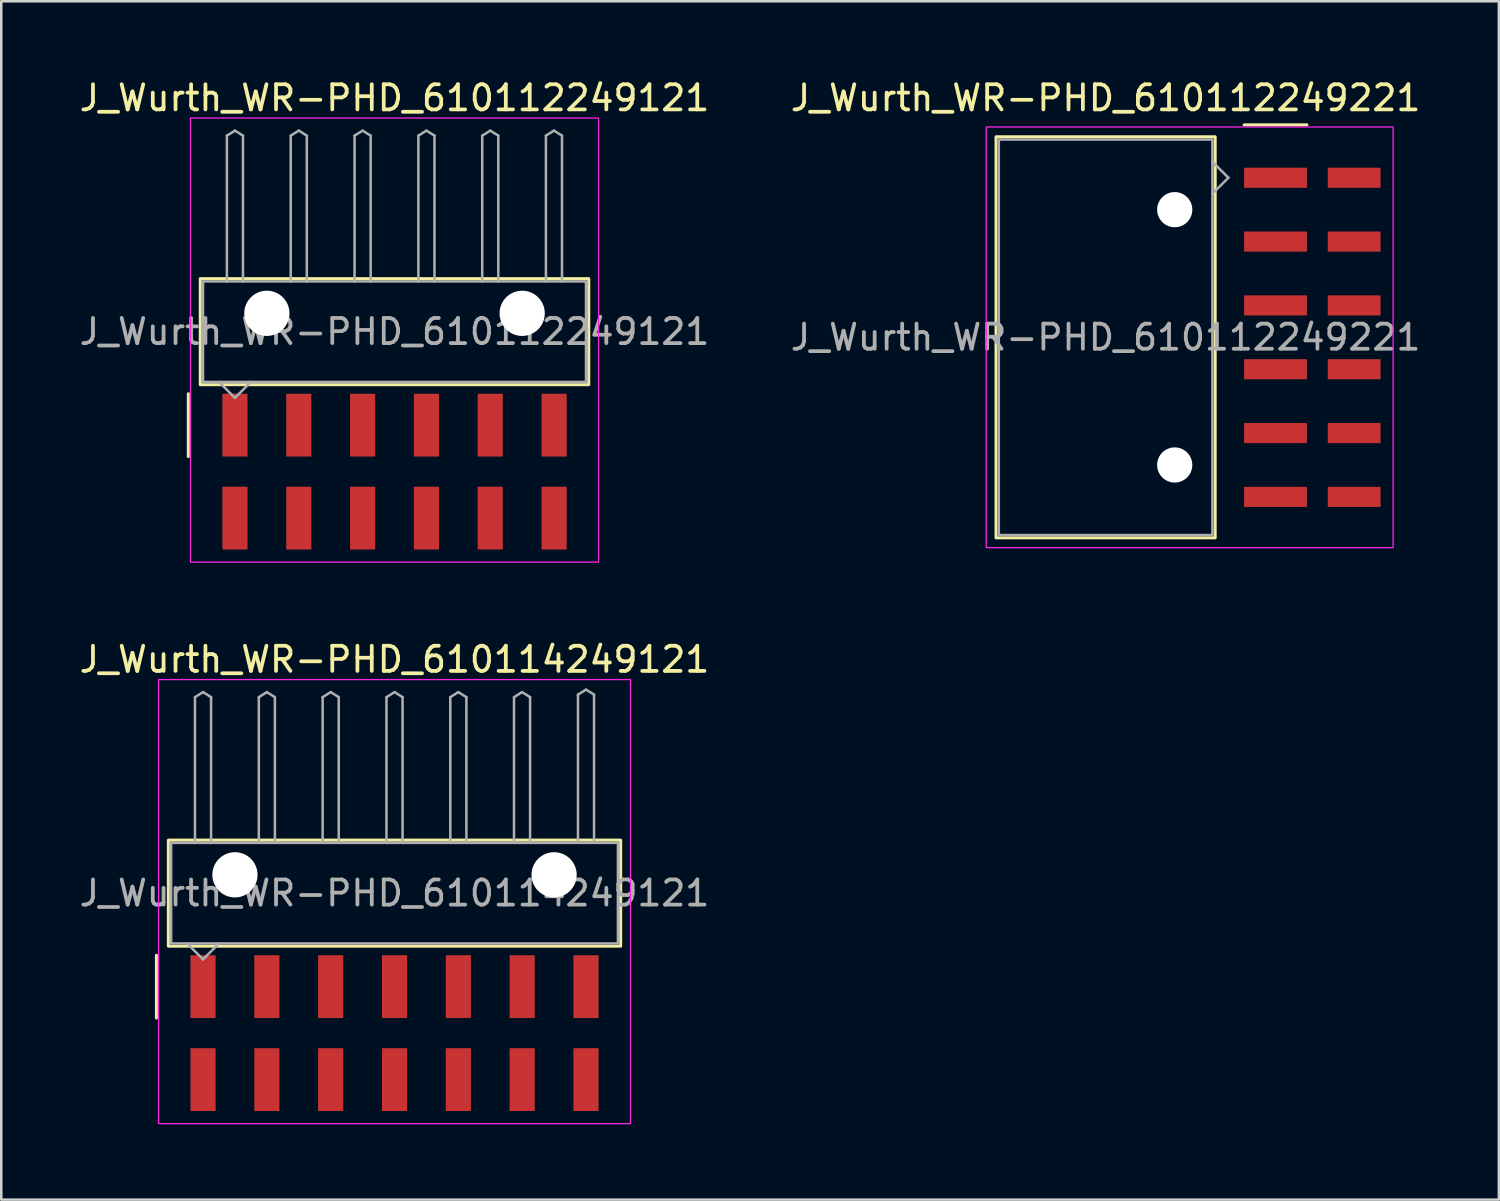
<source format=kicad_pcb>
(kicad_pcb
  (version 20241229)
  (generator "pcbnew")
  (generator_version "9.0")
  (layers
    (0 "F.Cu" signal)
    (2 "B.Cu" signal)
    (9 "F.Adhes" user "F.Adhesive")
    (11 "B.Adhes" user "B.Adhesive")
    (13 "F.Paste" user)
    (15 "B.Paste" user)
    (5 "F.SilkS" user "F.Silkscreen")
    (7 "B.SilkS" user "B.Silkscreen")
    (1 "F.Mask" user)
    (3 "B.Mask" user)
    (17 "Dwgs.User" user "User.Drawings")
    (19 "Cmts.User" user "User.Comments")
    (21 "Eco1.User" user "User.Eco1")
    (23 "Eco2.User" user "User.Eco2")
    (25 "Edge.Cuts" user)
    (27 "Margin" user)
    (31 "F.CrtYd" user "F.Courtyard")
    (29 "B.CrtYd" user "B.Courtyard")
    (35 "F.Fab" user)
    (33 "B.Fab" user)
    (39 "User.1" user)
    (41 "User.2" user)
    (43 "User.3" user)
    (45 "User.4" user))
  (footprint "J_Wurth_WR-PHD_610114249121"
    (layer "F.Cu")
    (at 12.649 32.492)
    (property "Reference" "J_Wurth_WR-PHD_610114249121" (at 0 -9.3 0) (unlocked yes) (layer "F.SilkS") (effects (font (size 1 1) (thickness 0.15))))
    (attr smd)
    (fp_line (start -9.475 2.47) (end -9.475 4.97) (stroke (width 0.12) (type solid)) (layer "F.SilkS"))
    (fp_rect (start -9 -2.11) (end 9 2.11) (stroke (width 0.12) (type solid)) (fill no) (layer "F.SilkS"))
    (fp_rect (start -9.39 -8.5) (end 9.39 9.17) (stroke (width 0.05) (type solid)) (fill no) (layer "F.CrtYd"))
    (fp_line (start -7.94 -7.8) (end -7.94 -2) (stroke (width 0.1) (type solid)) (layer "F.Fab"))
    (fp_line (start -7.62 -8) (end -7.94 -7.8) (stroke (width 0.1) (type solid)) (layer "F.Fab"))
    (fp_line (start -7.62 2.635) (end -8.255 2) (stroke (width 0.1) (type default)) (layer "F.Fab"))
    (fp_line (start -7.3 -7.8) (end -7.62 -8) (stroke (width 0.1) (type solid)) (layer "F.Fab"))
    (fp_line (start -7.3 -2) (end -7.3 -7.8) (stroke (width 0.1) (type solid)) (layer "F.Fab"))
    (fp_line (start -6.985 2) (end -7.62 2.635) (stroke (width 0.1) (type default)) (layer "F.Fab"))
    (fp_line (start -5.4 -7.8) (end -5.4 -2) (stroke (width 0.1) (type solid)) (layer "F.Fab"))
    (fp_line (start -5.08 -8) (end -5.4 -7.8) (stroke (width 0.1) (type solid)) (layer "F.Fab"))
    (fp_line (start -4.76 -7.8) (end -5.08 -8) (stroke (width 0.1) (type solid)) (layer "F.Fab"))
    (fp_line (start -4.76 -2) (end -4.76 -7.8) (stroke (width 0.1) (type solid)) (layer "F.Fab"))
    (fp_line (start -2.86 -7.8) (end -2.86 -2) (stroke (width 0.1) (type solid)) (layer "F.Fab"))
    (fp_line (start -2.54 -8) (end -2.86 -7.8) (stroke (width 0.1) (type solid)) (layer "F.Fab"))
    (fp_line (start -2.22 -7.8) (end -2.54 -8) (stroke (width 0.1) (type solid)) (layer "F.Fab"))
    (fp_line (start -2.22 -2) (end -2.22 -7.8) (stroke (width 0.1) (type solid)) (layer "F.Fab"))
    (fp_line (start -0.32 -7.8) (end -0.32 -2) (stroke (width 0.1) (type solid)) (layer "F.Fab"))
    (fp_line (start 0 -8) (end -0.32 -7.8) (stroke (width 0.1) (type solid)) (layer "F.Fab"))
    (fp_line (start 0.32 -7.8) (end 0 -8) (stroke (width 0.1) (type solid)) (layer "F.Fab"))
    (fp_line (start 0.32 -2) (end 0.32 -7.8) (stroke (width 0.1) (type solid)) (layer "F.Fab"))
    (fp_line (start 2.22 -7.8) (end 2.22 -2) (stroke (width 0.1) (type solid)) (layer "F.Fab"))
    (fp_line (start 2.54 -8) (end 2.22 -7.8) (stroke (width 0.1) (type solid)) (layer "F.Fab"))
    (fp_line (start 2.86 -7.8) (end 2.54 -8) (stroke (width 0.1) (type solid)) (layer "F.Fab"))
    (fp_line (start 2.86 -2) (end 2.86 -7.8) (stroke (width 0.1) (type solid)) (layer "F.Fab"))
    (fp_line (start 4.755 -7.8) (end 4.755 -2) (stroke (width 0.1) (type solid)) (layer "F.Fab"))
    (fp_line (start 5.075 -8) (end 4.755 -7.8) (stroke (width 0.1) (type solid)) (layer "F.Fab"))
    (fp_line (start 5.395 -7.8) (end 5.075 -8) (stroke (width 0.1) (type solid)) (layer "F.Fab"))
    (fp_line (start 5.395 -2) (end 5.395 -7.8) (stroke (width 0.1) (type solid)) (layer "F.Fab"))
    (fp_line (start 7.3 -7.9) (end 7.3 -2.1) (stroke (width 0.1) (type solid)) (layer "F.Fab"))
    (fp_line (start 7.62 -8.1) (end 7.3 -7.9) (stroke (width 0.1) (type solid)) (layer "F.Fab"))
    (fp_line (start 7.94 -7.9) (end 7.62 -8.1) (stroke (width 0.1) (type solid)) (layer "F.Fab"))
    (fp_line (start 7.94 -2.1) (end 7.94 -7.9) (stroke (width 0.1) (type solid)) (layer "F.Fab"))
    (fp_rect (start -8.89 -2) (end 8.89 2) (stroke (width 0.1) (type solid)) (fill no) (layer "F.Fab"))
    (fp_text user "${REFERENCE}" (at 0 0 0) (unlocked yes) (layer "F.Fab") (effects (font (size 1 1) (thickness 0.15))))
    (pad "" np_thru_hole circle (at -6.35 -0.73) (size 1.8 1.8) (drill 1.8) (layers "*.Cu" "*.Mask"))
    (pad "" np_thru_hole circle (at 6.35 -0.73) (size 1.8 1.8) (drill 1.8) (layers "*.Cu" "*.Mask"))
    (pad "1" smd rect (at -7.62 3.72 180) (size 1 2.5) (layers "F.Cu" "F.Mask" "F.Paste"))
    (pad "2" smd rect (at -7.62 7.42 180) (size 1 2.5) (layers "F.Cu" "F.Mask" "F.Paste"))
    (pad "3" smd rect (at -5.08 3.72 180) (size 1 2.5) (layers "F.Cu" "F.Mask" "F.Paste"))
    (pad "4" smd rect (at -5.08 7.42 180) (size 1 2.5) (layers "F.Cu" "F.Mask" "F.Paste"))
    (pad "5" smd rect (at -2.54 3.72 180) (size 1 2.5) (layers "F.Cu" "F.Mask" "F.Paste"))
    (pad "6" smd rect (at -2.54 7.42 180) (size 1 2.5) (layers "F.Cu" "F.Mask" "F.Paste"))
    (pad "7" smd rect (at 0 3.72 180) (size 1 2.5) (layers "F.Cu" "F.Mask" "F.Paste"))
    (pad "8" smd rect (at 0 7.42 180) (size 1 2.5) (layers "F.Cu" "F.Mask" "F.Paste"))
    (pad "9" smd rect (at 2.54 3.72 180) (size 1 2.5) (layers "F.Cu" "F.Mask" "F.Paste"))
    (pad "10" smd rect (at 2.54 7.42 180) (size 1 2.5) (layers "F.Cu" "F.Mask" "F.Paste"))
    (pad "11" smd rect (at 5.08 3.72 180) (size 1 2.5) (layers "F.Cu" "F.Mask" "F.Paste"))
    (pad "12" smd rect (at 5.08 7.42 180) (size 1 2.5) (layers "F.Cu" "F.Mask" "F.Paste"))
    (pad "13" smd rect (at 7.62 3.72 180) (size 1 2.5) (layers "F.Cu" "F.Mask" "F.Paste"))
    (pad "14" smd rect (at 7.62 7.42 180) (size 1 2.5) (layers "F.Cu" "F.Mask" "F.Paste")))
  (footprint "J_Wurth_WR-PHD_610112249121"
    (layer "F.Cu")
    (at 12.649 10.148)
    (property "Reference" "J_Wurth_WR-PHD_610112249121" (at 0 -9.3 0) (unlocked yes) (layer "F.SilkS") (effects (font (size 1 1) (thickness 0.15))))
    (attr smd)
    (fp_line (start -8.205 2.47) (end -8.205 4.97) (stroke (width 0.12) (type solid)) (layer "F.SilkS"))
    (fp_rect (start -7.73 -2.11) (end 7.73 2.11) (stroke (width 0.12) (type solid)) (fill no) (layer "F.SilkS"))
    (fp_rect (start -8.12 -8.5) (end 8.12 9.17) (stroke (width 0.05) (type solid)) (fill no) (layer "F.CrtYd"))
    (fp_line (start -6.67 -7.8) (end -6.67 -2) (stroke (width 0.1) (type solid)) (layer "F.Fab"))
    (fp_line (start -6.35 -8) (end -6.67 -7.8) (stroke (width 0.1) (type solid)) (layer "F.Fab"))
    (fp_line (start -6.35 2.635) (end -6.985 2) (stroke (width 0.1) (type default)) (layer "F.Fab"))
    (fp_line (start -6.03 -7.8) (end -6.35 -8) (stroke (width 0.1) (type solid)) (layer "F.Fab"))
    (fp_line (start -6.03 -2) (end -6.03 -7.8) (stroke (width 0.1) (type solid)) (layer "F.Fab"))
    (fp_line (start -5.715 2) (end -6.35 2.635) (stroke (width 0.1) (type default)) (layer "F.Fab"))
    (fp_line (start -4.13 -7.8) (end -4.13 -2) (stroke (width 0.1) (type solid)) (layer "F.Fab"))
    (fp_line (start -3.81 -8) (end -4.13 -7.8) (stroke (width 0.1) (type solid)) (layer "F.Fab"))
    (fp_line (start -3.49 -7.8) (end -3.81 -8) (stroke (width 0.1) (type solid)) (layer "F.Fab"))
    (fp_line (start -3.49 -2) (end -3.49 -7.8) (stroke (width 0.1) (type solid)) (layer "F.Fab"))
    (fp_line (start -1.59 -7.8) (end -1.59 -2) (stroke (width 0.1) (type solid)) (layer "F.Fab"))
    (fp_line (start -1.27 -8) (end -1.59 -7.8) (stroke (width 0.1) (type solid)) (layer "F.Fab"))
    (fp_line (start -0.95 -7.8) (end -1.27 -8) (stroke (width 0.1) (type solid)) (layer "F.Fab"))
    (fp_line (start -0.95 -2) (end -0.95 -7.8) (stroke (width 0.1) (type solid)) (layer "F.Fab"))
    (fp_line (start 0.95 -7.8) (end 0.95 -2) (stroke (width 0.1) (type solid)) (layer "F.Fab"))
    (fp_line (start 1.27 -8) (end 0.95 -7.8) (stroke (width 0.1) (type solid)) (layer "F.Fab"))
    (fp_line (start 1.59 -7.8) (end 1.27 -8) (stroke (width 0.1) (type solid)) (layer "F.Fab"))
    (fp_line (start 1.59 -2) (end 1.59 -7.8) (stroke (width 0.1) (type solid)) (layer "F.Fab"))
    (fp_line (start 3.49 -7.8) (end 3.49 -2) (stroke (width 0.1) (type solid)) (layer "F.Fab"))
    (fp_line (start 3.81 -8) (end 3.49 -7.8) (stroke (width 0.1) (type solid)) (layer "F.Fab"))
    (fp_line (start 4.13 -7.8) (end 3.81 -8) (stroke (width 0.1) (type solid)) (layer "F.Fab"))
    (fp_line (start 4.13 -2) (end 4.13 -7.8) (stroke (width 0.1) (type solid)) (layer "F.Fab"))
    (fp_line (start 6.025 -7.8) (end 6.025 -2) (stroke (width 0.1) (type solid)) (layer "F.Fab"))
    (fp_line (start 6.345 -8) (end 6.025 -7.8) (stroke (width 0.1) (type solid)) (layer "F.Fab"))
    (fp_line (start 6.665 -7.8) (end 6.345 -8) (stroke (width 0.1) (type solid)) (layer "F.Fab"))
    (fp_line (start 6.665 -2) (end 6.665 -7.8) (stroke (width 0.1) (type solid)) (layer "F.Fab"))
    (fp_rect (start -7.62 -2) (end 7.62 2) (stroke (width 0.1) (type solid)) (fill no) (layer "F.Fab"))
    (fp_text user "${REFERENCE}" (at 0 0 0) (unlocked yes) (layer "F.Fab") (effects (font (size 1 1) (thickness 0.15))))
    (pad "" np_thru_hole circle (at -5.08 -0.73) (size 1.8 1.8) (drill 1.8) (layers "*.Cu" "*.Mask"))
    (pad "" np_thru_hole circle (at 5.08 -0.73) (size 1.8 1.8) (drill 1.8) (layers "*.Cu" "*.Mask"))
    (pad "1" smd rect (at -6.35 3.72 180) (size 1 2.5) (layers "F.Cu" "F.Mask" "F.Paste"))
    (pad "2" smd rect (at -6.35 7.42 180) (size 1 2.5) (layers "F.Cu" "F.Mask" "F.Paste"))
    (pad "3" smd rect (at -3.81 3.72 180) (size 1 2.5) (layers "F.Cu" "F.Mask" "F.Paste"))
    (pad "4" smd rect (at -3.81 7.42 180) (size 1 2.5) (layers "F.Cu" "F.Mask" "F.Paste"))
    (pad "5" smd rect (at -1.27 3.72 180) (size 1 2.5) (layers "F.Cu" "F.Mask" "F.Paste"))
    (pad "6" smd rect (at -1.27 7.42 180) (size 1 2.5) (layers "F.Cu" "F.Mask" "F.Paste"))
    (pad "7" smd rect (at 1.27 3.72 180) (size 1 2.5) (layers "F.Cu" "F.Mask" "F.Paste"))
    (pad "8" smd rect (at 1.27 7.42 180) (size 1 2.5) (layers "F.Cu" "F.Mask" "F.Paste"))
    (pad "9" smd rect (at 3.81 3.72 180) (size 1 2.5) (layers "F.Cu" "F.Mask" "F.Paste"))
    (pad "10" smd rect (at 3.81 7.42 180) (size 1 2.5) (layers "F.Cu" "F.Mask" "F.Paste"))
    (pad "11" smd rect (at 6.35 3.72 180) (size 1 2.5) (layers "F.Cu" "F.Mask" "F.Paste"))
    (pad "12" smd rect (at 6.35 7.42 180) (size 1 2.5) (layers "F.Cu" "F.Mask" "F.Paste")))
  (footprint "J_Wurth_WR-PHD_610112249221"
    (layer "F.Cu")
    (at 40.946 10.373)
    (property "Reference" "J_Wurth_WR-PHD_610112249221" (at 0 -9.525 0) (unlocked yes) (layer "F.SilkS") (effects (font (size 1 1) (thickness 0.15))))
    (attr smd)
    (fp_line (start 8.01 -8.455) (end 5.51 -8.455) (stroke (width 0.12) (type solid)) (layer "F.SilkS"))
    (fp_rect (start -4.36 -7.98) (end 4.36 7.98) (stroke (width 0.12) (type solid)) (fill no) (layer "F.SilkS"))
    (fp_rect (start -4.75 -8.37) (end 11.44 8.37) (stroke (width 0.05) (type solid)) (fill no) (layer "F.CrtYd"))
    (fp_line (start 4.25 -6.985) (end 4.885 -6.35) (stroke (width 0.1) (type default)) (layer "F.Fab"))
    (fp_line (start 4.885 -6.35) (end 4.25 -5.715) (stroke (width 0.1) (type default)) (layer "F.Fab"))
    (fp_rect (start -4.25 -7.87) (end 4.25 7.87) (stroke (width 0.1) (type solid)) (fill no) (layer "F.Fab"))
    (fp_text user "${REFERENCE}" (at 0 0 0) (unlocked yes) (layer "F.Fab") (effects (font (size 1 1) (thickness 0.15))))
    (pad "" np_thru_hole circle (at 2.75 -5.08 270) (size 1.4 1.4) (drill 1.4) (layers "*.Cu" "*.Mask"))
    (pad "" np_thru_hole circle (at 2.75 5.08 270) (size 1.4 1.4) (drill 1.4) (layers "*.Cu" "*.Mask"))
    (pad "1" smd rect (at 6.76 -6.35 270) (size 0.8 2.5) (layers "F.Cu" "F.Mask" "F.Paste"))
    (pad "2" smd rect (at 9.89 -6.35 270) (size 0.8 2.1) (layers "F.Cu" "F.Mask" "F.Paste"))
    (pad "3" smd rect (at 6.76 -3.81 270) (size 0.8 2.5) (layers "F.Cu" "F.Mask" "F.Paste"))
    (pad "4" smd rect (at 9.89 -3.81 270) (size 0.8 2.1) (layers "F.Cu" "F.Mask" "F.Paste"))
    (pad "5" smd rect (at 6.76 -1.27 270) (size 0.8 2.5) (layers "F.Cu" "F.Mask" "F.Paste"))
    (pad "6" smd rect (at 9.89 -1.27 270) (size 0.8 2.1) (layers "F.Cu" "F.Mask" "F.Paste"))
    (pad "7" smd rect (at 6.76 1.27 270) (size 0.8 2.5) (layers "F.Cu" "F.Mask" "F.Paste"))
    (pad "8" smd rect (at 9.89 1.27 270) (size 0.8 2.1) (layers "F.Cu" "F.Mask" "F.Paste"))
    (pad "9" smd rect (at 6.76 3.81 270) (size 0.8 2.5) (layers "F.Cu" "F.Mask" "F.Paste"))
    (pad "10" smd rect (at 9.89 3.81 270) (size 0.8 2.1) (layers "F.Cu" "F.Mask" "F.Paste"))
    (pad "11" smd rect (at 6.76 6.35 270) (size 0.8 2.5) (layers "F.Cu" "F.Mask" "F.Paste"))
    (pad "12" smd rect (at 9.89 6.35 270) (size 0.8 2.1) (layers "F.Cu" "F.Mask" "F.Paste")))
  (gr_rect
    (start -3 -3)
    (end 56.595 44.687)
    (stroke (width 0.1) (type default))
    (fill no)
    (layer "Edge.Cuts")))
</source>
